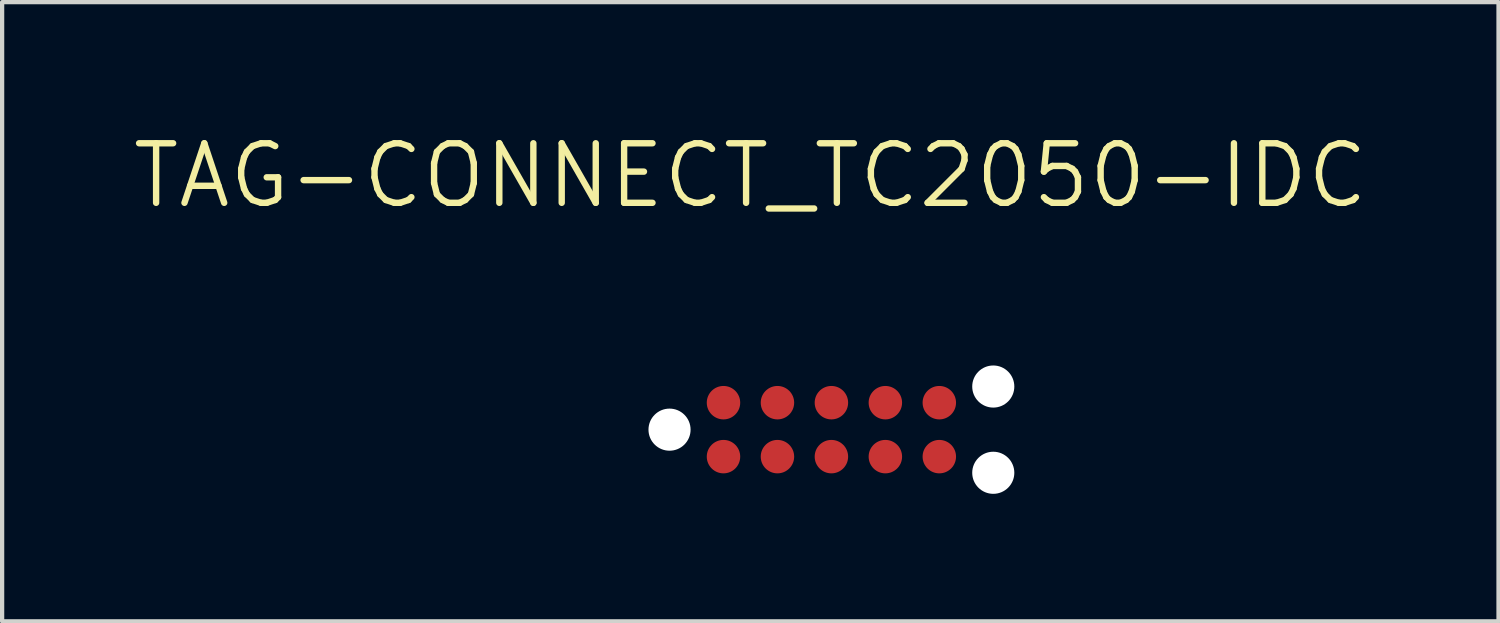
<source format=kicad_pcb>
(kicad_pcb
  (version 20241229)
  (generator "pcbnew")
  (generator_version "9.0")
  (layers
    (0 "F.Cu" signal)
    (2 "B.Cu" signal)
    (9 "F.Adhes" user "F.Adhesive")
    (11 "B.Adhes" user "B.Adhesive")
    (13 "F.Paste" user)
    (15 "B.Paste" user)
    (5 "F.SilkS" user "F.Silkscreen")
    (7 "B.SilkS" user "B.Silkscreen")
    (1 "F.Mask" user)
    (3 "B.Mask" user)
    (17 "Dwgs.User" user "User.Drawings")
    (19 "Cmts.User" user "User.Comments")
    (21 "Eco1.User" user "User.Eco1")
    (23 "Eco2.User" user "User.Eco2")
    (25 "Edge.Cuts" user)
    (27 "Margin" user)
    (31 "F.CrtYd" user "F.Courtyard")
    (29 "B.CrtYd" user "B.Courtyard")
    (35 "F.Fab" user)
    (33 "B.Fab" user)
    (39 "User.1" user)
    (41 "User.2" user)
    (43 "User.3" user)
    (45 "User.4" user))
  (footprint "TAG-CONNECT_TC2050-IDC"
    (layer "F.Cu")
    (at 16.519 7.063)
    (property "Reference" "TAG-CONNECT_TC2050-IDC" (at -1.908 -5.98 0) (layer "F.SilkS") (effects (font (size 1.402 1.402) (thickness 0.15))))
    (attr smd)
    (pad "" np_thru_hole circle (at -3.81 0) (size 0.991 0.991) (drill 0.991) (layers "*.Cu" "*.Mask"))
    (pad "" np_thru_hole circle (at 3.81 -1.015) (size 0.991 0.991) (drill 0.991) (layers "*.Cu" "*.Mask"))
    (pad "" np_thru_hole circle (at 3.81 1.015) (size 0.991 0.991) (drill 0.991) (layers "*.Cu" "*.Mask"))
    (pad "1" smd circle (at -2.54 0.635) (size 0.787 0.787) (layers "F.Cu" "F.Mask"))
    (pad "2" smd circle (at -1.27 0.635) (size 0.787 0.787) (layers "F.Cu" "F.Mask"))
    (pad "3" smd circle (at 0 0.635) (size 0.787 0.787) (layers "F.Cu" "F.Mask"))
    (pad "4" smd circle (at 1.27 0.635) (size 0.787 0.787) (layers "F.Cu" "F.Mask"))
    (pad "5" smd circle (at 2.54 0.635) (size 0.787 0.787) (layers "F.Cu" "F.Mask"))
    (pad "6" smd circle (at 2.54 -0.635 180) (size 0.787 0.787) (layers "F.Cu" "F.Mask"))
    (pad "7" smd circle (at 1.27 -0.635 180) (size 0.787 0.787) (layers "F.Cu" "F.Mask"))
    (pad "8" smd circle (at 0 -0.635 180) (size 0.787 0.787) (layers "F.Cu" "F.Mask"))
    (pad "9" smd circle (at -1.27 -0.635 180) (size 0.787 0.787) (layers "F.Cu" "F.Mask"))
    (pad "10" smd circle (at -2.54 -0.635 180) (size 0.787 0.787) (layers "F.Cu" "F.Mask"))
    (zone (net_name "") (layer "F.Cu") (hatch full 0.508) (connect_pads) (min_thickness 0.0001) (filled_areas_thickness no) (keepout (tracks not_allowed) (vias not_allowed) (pads not_allowed) (copperpour not_allowed) (footprints allowed)) (placement (enabled no)) (fill) (polygon (pts (xy 13.979 7.063) (xy 13.979 7.305) (xy 19.059 7.305) (xy 19.059 6.822) (xy 13.979 6.822))))
    (zone (net_name "") (layer "F.Cu") (hatch full 0.508) (connect_pads) (min_thickness 0.0001) (filled_areas_thickness no) (keepout (tracks not_allowed) (vias not_allowed) (pads not_allowed) (copperpour not_allowed) (footprints allowed)) (placement (enabled no)) (fill) (polygon (pts (xy 13.979 7.305) (xy 15.249 7.304) (xy 15.228 7.305) (xy 15.208 7.306) (xy 15.187 7.309) (xy 15.167 7.313) (xy 15.147 7.318) (xy 15.127 7.324) (xy 15.108 7.33) (xy 15.089 7.338) (xy 15.07 7.347) (xy 15.052 7.357) (xy 15.035 7.368) (xy 15.018 7.379) (xy 15.001 7.392) (xy 14.986 7.405) (xy 14.971 7.42) (xy 14.956 7.435) (xy 14.943 7.45) (xy 14.93 7.467) (xy 14.919 7.484) (xy 14.908 7.501) (xy 14.898 7.519) (xy 14.889 7.538) (xy 14.881 7.557) (xy 14.875 7.576) (xy 14.869 7.596) (xy 14.864 7.616) (xy 14.86 7.636) (xy 14.857 7.657) (xy 14.856 7.677) (xy 14.855 7.698) (xy 14.373 7.698) (xy 14.372 7.677) (xy 14.371 7.657) (xy 14.368 7.636) (xy 14.364 7.616) (xy 14.359 7.596) (xy 14.353 7.576) (xy 14.347 7.557) (xy 14.339 7.538) (xy 14.33 7.519) (xy 14.32 7.501) (xy 14.309 7.484) (xy 14.298 7.467) (xy 14.285 7.45) (xy 14.272 7.435) (xy 14.257 7.42) (xy 14.242 7.405) (xy 14.227 7.392) (xy 14.21 7.379) (xy 14.193 7.368) (xy 14.176 7.357) (xy 14.158 7.347) (xy 14.139 7.338) (xy 14.12 7.33) (xy 14.101 7.324) (xy 14.081 7.318) (xy 14.061 7.313) (xy 14.041 7.309) (xy 14.02 7.306) (xy 14 7.305) (xy 13.979 7.304))))
    (zone (net_name "") (layer "F.Cu") (hatch full 0.508) (connect_pads) (min_thickness 0.0001) (filled_areas_thickness no) (keepout (tracks not_allowed) (vias not_allowed) (pads not_allowed) (copperpour not_allowed) (footprints allowed)) (placement (enabled no)) (fill) (polygon (pts (xy 15.249 6.822) (xy 13.979 6.822) (xy 14 6.821) (xy 14.02 6.82) (xy 14.041 6.817) (xy 14.061 6.813) (xy 14.081 6.808) (xy 14.101 6.802) (xy 14.12 6.796) (xy 14.139 6.788) (xy 14.158 6.779) (xy 14.176 6.769) (xy 14.193 6.758) (xy 14.21 6.747) (xy 14.227 6.734) (xy 14.242 6.721) (xy 14.257 6.706) (xy 14.272 6.691) (xy 14.285 6.676) (xy 14.298 6.659) (xy 14.309 6.642) (xy 14.32 6.625) (xy 14.33 6.607) (xy 14.339 6.588) (xy 14.347 6.569) (xy 14.353 6.55) (xy 14.359 6.53) (xy 14.364 6.51) (xy 14.368 6.49) (xy 14.371 6.469) (xy 14.372 6.449) (xy 14.373 6.428) (xy 14.855 6.428) (xy 14.856 6.449) (xy 14.857 6.469) (xy 14.86 6.49) (xy 14.864 6.51) (xy 14.869 6.53) (xy 14.875 6.55) (xy 14.881 6.569) (xy 14.889 6.588) (xy 14.898 6.607) (xy 14.908 6.625) (xy 14.919 6.642) (xy 14.93 6.659) (xy 14.943 6.676) (xy 14.956 6.691) (xy 14.971 6.706) (xy 14.986 6.721) (xy 15.001 6.734) (xy 15.018 6.747) (xy 15.035 6.758) (xy 15.052 6.769) (xy 15.07 6.779) (xy 15.089 6.788) (xy 15.108 6.796) (xy 15.127 6.802) (xy 15.147 6.808) (xy 15.167 6.813) (xy 15.187 6.817) (xy 15.208 6.82) (xy 15.228 6.821) (xy 15.249 6.822))))
    (zone (net_name "") (layer "F.Cu") (hatch full 0.508) (connect_pads) (min_thickness 0.0001) (filled_areas_thickness no) (keepout (tracks not_allowed) (vias not_allowed) (pads not_allowed) (copperpour not_allowed) (footprints allowed)) (placement (enabled no)) (fill) (polygon (pts (xy 15.249 7.305) (xy 16.519 7.304) (xy 16.498 7.305) (xy 16.478 7.306) (xy 16.457 7.309) (xy 16.437 7.313) (xy 16.417 7.318) (xy 16.397 7.324) (xy 16.378 7.33) (xy 16.359 7.338) (xy 16.34 7.347) (xy 16.322 7.357) (xy 16.305 7.368) (xy 16.288 7.379) (xy 16.271 7.392) (xy 16.256 7.405) (xy 16.241 7.42) (xy 16.226 7.435) (xy 16.213 7.45) (xy 16.2 7.467) (xy 16.189 7.484) (xy 16.178 7.501) (xy 16.168 7.519) (xy 16.159 7.538) (xy 16.151 7.557) (xy 16.145 7.576) (xy 16.139 7.596) (xy 16.134 7.616) (xy 16.13 7.636) (xy 16.127 7.657) (xy 16.126 7.677) (xy 16.125 7.698) (xy 15.643 7.698) (xy 15.642 7.677) (xy 15.641 7.657) (xy 15.638 7.636) (xy 15.634 7.616) (xy 15.629 7.596) (xy 15.623 7.576) (xy 15.617 7.557) (xy 15.609 7.538) (xy 15.6 7.519) (xy 15.59 7.501) (xy 15.579 7.484) (xy 15.568 7.467) (xy 15.555 7.45) (xy 15.542 7.435) (xy 15.527 7.42) (xy 15.512 7.405) (xy 15.497 7.392) (xy 15.48 7.379) (xy 15.463 7.368) (xy 15.446 7.357) (xy 15.428 7.347) (xy 15.409 7.338) (xy 15.39 7.33) (xy 15.371 7.324) (xy 15.351 7.318) (xy 15.331 7.313) (xy 15.311 7.309) (xy 15.29 7.306) (xy 15.27 7.305) (xy 15.249 7.304))))
    (zone (net_name "") (layer "F.Cu") (hatch full 0.508) (connect_pads) (min_thickness 0.0001) (filled_areas_thickness no) (keepout (tracks not_allowed) (vias not_allowed) (pads not_allowed) (copperpour not_allowed) (footprints allowed)) (placement (enabled no)) (fill) (polygon (pts (xy 16.519 6.822) (xy 15.249 6.822) (xy 15.27 6.821) (xy 15.29 6.82) (xy 15.311 6.817) (xy 15.331 6.813) (xy 15.351 6.808) (xy 15.371 6.802) (xy 15.39 6.796) (xy 15.409 6.788) (xy 15.428 6.779) (xy 15.446 6.769) (xy 15.463 6.758) (xy 15.48 6.747) (xy 15.497 6.734) (xy 15.512 6.721) (xy 15.527 6.706) (xy 15.542 6.691) (xy 15.555 6.676) (xy 15.568 6.659) (xy 15.579 6.642) (xy 15.59 6.625) (xy 15.6 6.607) (xy 15.609 6.588) (xy 15.617 6.569) (xy 15.623 6.55) (xy 15.629 6.53) (xy 15.634 6.51) (xy 15.638 6.49) (xy 15.641 6.469) (xy 15.642 6.449) (xy 15.643 6.428) (xy 16.125 6.428) (xy 16.126 6.449) (xy 16.127 6.469) (xy 16.13 6.49) (xy 16.134 6.51) (xy 16.139 6.53) (xy 16.145 6.55) (xy 16.151 6.569) (xy 16.159 6.588) (xy 16.168 6.607) (xy 16.178 6.625) (xy 16.189 6.642) (xy 16.2 6.659) (xy 16.213 6.676) (xy 16.226 6.691) (xy 16.241 6.706) (xy 16.256 6.721) (xy 16.271 6.734) (xy 16.288 6.747) (xy 16.305 6.758) (xy 16.322 6.769) (xy 16.34 6.779) (xy 16.359 6.788) (xy 16.378 6.796) (xy 16.397 6.802) (xy 16.417 6.808) (xy 16.437 6.813) (xy 16.457 6.817) (xy 16.478 6.82) (xy 16.498 6.821) (xy 16.519 6.822))))
    (zone (net_name "") (layer "F.Cu") (hatch full 0.508) (connect_pads) (min_thickness 0.0001) (filled_areas_thickness no) (keepout (tracks not_allowed) (vias not_allowed) (pads not_allowed) (copperpour not_allowed) (footprints allowed)) (placement (enabled no)) (fill) (polygon (pts (xy 16.519 7.305) (xy 17.789 7.304) (xy 17.768 7.305) (xy 17.748 7.306) (xy 17.727 7.309) (xy 17.707 7.313) (xy 17.687 7.318) (xy 17.667 7.324) (xy 17.648 7.33) (xy 17.629 7.338) (xy 17.61 7.347) (xy 17.592 7.357) (xy 17.575 7.368) (xy 17.558 7.379) (xy 17.541 7.392) (xy 17.526 7.405) (xy 17.511 7.42) (xy 17.496 7.435) (xy 17.483 7.45) (xy 17.47 7.467) (xy 17.459 7.484) (xy 17.448 7.501) (xy 17.438 7.519) (xy 17.429 7.538) (xy 17.421 7.557) (xy 17.415 7.576) (xy 17.409 7.596) (xy 17.404 7.616) (xy 17.4 7.636) (xy 17.397 7.657) (xy 17.396 7.677) (xy 17.395 7.698) (xy 16.913 7.698) (xy 16.912 7.677) (xy 16.911 7.657) (xy 16.908 7.636) (xy 16.904 7.616) (xy 16.899 7.596) (xy 16.893 7.576) (xy 16.887 7.557) (xy 16.879 7.538) (xy 16.87 7.519) (xy 16.86 7.501) (xy 16.849 7.484) (xy 16.838 7.467) (xy 16.825 7.45) (xy 16.812 7.435) (xy 16.797 7.42) (xy 16.782 7.405) (xy 16.767 7.392) (xy 16.75 7.379) (xy 16.733 7.368) (xy 16.716 7.357) (xy 16.698 7.347) (xy 16.679 7.338) (xy 16.66 7.33) (xy 16.641 7.324) (xy 16.621 7.318) (xy 16.601 7.313) (xy 16.581 7.309) (xy 16.56 7.306) (xy 16.54 7.305) (xy 16.519 7.304))))
    (zone (net_name "") (layer "F.Cu") (hatch full 0.508) (connect_pads) (min_thickness 0.0001) (filled_areas_thickness no) (keepout (tracks not_allowed) (vias not_allowed) (pads not_allowed) (copperpour not_allowed) (footprints allowed)) (placement (enabled no)) (fill) (polygon (pts (xy 17.789 6.822) (xy 16.519 6.822) (xy 16.54 6.821) (xy 16.56 6.82) (xy 16.581 6.817) (xy 16.601 6.813) (xy 16.621 6.808) (xy 16.641 6.802) (xy 16.66 6.796) (xy 16.679 6.788) (xy 16.698 6.779) (xy 16.716 6.769) (xy 16.733 6.758) (xy 16.75 6.747) (xy 16.767 6.734) (xy 16.782 6.721) (xy 16.797 6.706) (xy 16.812 6.691) (xy 16.825 6.676) (xy 16.838 6.659) (xy 16.849 6.642) (xy 16.86 6.625) (xy 16.87 6.607) (xy 16.879 6.588) (xy 16.887 6.569) (xy 16.893 6.55) (xy 16.899 6.53) (xy 16.904 6.51) (xy 16.908 6.49) (xy 16.911 6.469) (xy 16.912 6.449) (xy 16.913 6.428) (xy 17.395 6.428) (xy 17.396 6.449) (xy 17.397 6.469) (xy 17.4 6.49) (xy 17.404 6.51) (xy 17.409 6.53) (xy 17.415 6.55) (xy 17.421 6.569) (xy 17.429 6.588) (xy 17.438 6.607) (xy 17.448 6.625) (xy 17.459 6.642) (xy 17.47 6.659) (xy 17.483 6.676) (xy 17.496 6.691) (xy 17.511 6.706) (xy 17.526 6.721) (xy 17.541 6.734) (xy 17.558 6.747) (xy 17.575 6.758) (xy 17.592 6.769) (xy 17.61 6.779) (xy 17.629 6.788) (xy 17.648 6.796) (xy 17.667 6.802) (xy 17.687 6.808) (xy 17.707 6.813) (xy 17.727 6.817) (xy 17.748 6.82) (xy 17.768 6.821) (xy 17.789 6.822))))
    (zone (net_name "") (layer "F.Cu") (hatch full 0.508) (connect_pads) (min_thickness 0.0001) (filled_areas_thickness no) (keepout (tracks not_allowed) (vias not_allowed) (pads not_allowed) (copperpour not_allowed) (footprints allowed)) (placement (enabled no)) (fill) (polygon (pts (xy 17.789 7.305) (xy 19.059 7.304) (xy 19.038 7.305) (xy 19.018 7.306) (xy 18.997 7.309) (xy 18.977 7.313) (xy 18.957 7.318) (xy 18.937 7.324) (xy 18.918 7.33) (xy 18.899 7.338) (xy 18.88 7.347) (xy 18.862 7.357) (xy 18.845 7.368) (xy 18.828 7.379) (xy 18.811 7.392) (xy 18.796 7.405) (xy 18.781 7.42) (xy 18.766 7.435) (xy 18.753 7.45) (xy 18.74 7.467) (xy 18.729 7.484) (xy 18.718 7.501) (xy 18.708 7.519) (xy 18.699 7.538) (xy 18.691 7.557) (xy 18.685 7.576) (xy 18.679 7.596) (xy 18.674 7.616) (xy 18.67 7.636) (xy 18.667 7.657) (xy 18.666 7.677) (xy 18.665 7.698) (xy 18.183 7.698) (xy 18.182 7.677) (xy 18.181 7.657) (xy 18.178 7.636) (xy 18.174 7.616) (xy 18.169 7.596) (xy 18.163 7.576) (xy 18.157 7.557) (xy 18.149 7.538) (xy 18.14 7.519) (xy 18.13 7.501) (xy 18.119 7.484) (xy 18.108 7.467) (xy 18.095 7.45) (xy 18.082 7.435) (xy 18.067 7.42) (xy 18.052 7.405) (xy 18.037 7.392) (xy 18.02 7.379) (xy 18.003 7.368) (xy 17.986 7.357) (xy 17.968 7.347) (xy 17.949 7.338) (xy 17.93 7.33) (xy 17.911 7.324) (xy 17.891 7.318) (xy 17.871 7.313) (xy 17.851 7.309) (xy 17.83 7.306) (xy 17.81 7.305) (xy 17.789 7.304))))
    (zone (net_name "") (layer "F.Cu") (hatch full 0.508) (connect_pads) (min_thickness 0.0001) (filled_areas_thickness no) (keepout (tracks not_allowed) (vias not_allowed) (pads not_allowed) (copperpour not_allowed) (footprints allowed)) (placement (enabled no)) (fill) (polygon (pts (xy 19.059 6.822) (xy 17.789 6.822) (xy 17.81 6.821) (xy 17.83 6.82) (xy 17.851 6.817) (xy 17.871 6.813) (xy 17.891 6.808) (xy 17.911 6.802) (xy 17.93 6.796) (xy 17.949 6.788) (xy 17.968 6.779) (xy 17.986 6.769) (xy 18.003 6.758) (xy 18.02 6.747) (xy 18.037 6.734) (xy 18.052 6.721) (xy 18.067 6.706) (xy 18.082 6.691) (xy 18.095 6.676) (xy 18.108 6.659) (xy 18.119 6.642) (xy 18.13 6.625) (xy 18.14 6.607) (xy 18.149 6.588) (xy 18.157 6.569) (xy 18.163 6.55) (xy 18.169 6.53) (xy 18.174 6.51) (xy 18.178 6.49) (xy 18.181 6.469) (xy 18.182 6.449) (xy 18.183 6.428) (xy 18.665 6.428) (xy 18.666 6.449) (xy 18.667 6.469) (xy 18.67 6.49) (xy 18.674 6.51) (xy 18.679 6.53) (xy 18.685 6.55) (xy 18.691 6.569) (xy 18.699 6.588) (xy 18.708 6.607) (xy 18.718 6.625) (xy 18.729 6.642) (xy 18.74 6.659) (xy 18.753 6.676) (xy 18.766 6.691) (xy 18.781 6.706) (xy 18.796 6.721) (xy 18.811 6.734) (xy 18.828 6.747) (xy 18.845 6.758) (xy 18.862 6.769) (xy 18.88 6.779) (xy 18.899 6.788) (xy 18.918 6.796) (xy 18.937 6.802) (xy 18.957 6.808) (xy 18.977 6.813) (xy 18.997 6.817) (xy 19.018 6.82) (xy 19.038 6.821) (xy 19.059 6.822))))
    (zone (net_name "") (layers "F.Cu" "B.Cu") (hatch full 0.508) (connect_pads) (min_thickness 0.0001) (filled_areas_thickness no) (keepout (tracks allowed) (vias not_allowed) (pads allowed) (copperpour allowed) (footprints allowed)) (placement (enabled no)) (fill) (polygon (pts (xy 13.979 6.822) (xy 13.979 7.305) (xy 19.059 7.305) (xy 19.059 6.822))))
    (zone (net_name "") (layers "F.Cu" "B.Cu") (hatch full 0.508) (connect_pads) (min_thickness 0.0001) (filled_areas_thickness no) (keepout (tracks allowed) (vias not_allowed) (pads allowed) (copperpour allowed) (footprints allowed)) (placement (enabled no)) (fill) (polygon (pts (xy 13.979 7.305) (xy 15.249 7.304) (xy 15.228 7.305) (xy 15.208 7.306) (xy 15.187 7.309) (xy 15.167 7.313) (xy 15.147 7.318) (xy 15.127 7.324) (xy 15.108 7.33) (xy 15.089 7.338) (xy 15.07 7.347) (xy 15.052 7.357) (xy 15.035 7.368) (xy 15.018 7.379) (xy 15.001 7.392) (xy 14.986 7.405) (xy 14.971 7.42) (xy 14.956 7.435) (xy 14.943 7.45) (xy 14.93 7.467) (xy 14.919 7.484) (xy 14.908 7.501) (xy 14.898 7.519) (xy 14.889 7.538) (xy 14.881 7.557) (xy 14.875 7.576) (xy 14.869 7.596) (xy 14.864 7.616) (xy 14.86 7.636) (xy 14.857 7.657) (xy 14.856 7.677) (xy 14.855 7.698) (xy 14.373 7.698) (xy 14.372 7.677) (xy 14.371 7.657) (xy 14.368 7.636) (xy 14.364 7.616) (xy 14.359 7.596) (xy 14.353 7.576) (xy 14.347 7.557) (xy 14.339 7.538) (xy 14.33 7.519) (xy 14.32 7.501) (xy 14.309 7.484) (xy 14.298 7.467) (xy 14.285 7.45) (xy 14.272 7.435) (xy 14.257 7.42) (xy 14.242 7.405) (xy 14.227 7.392) (xy 14.21 7.379) (xy 14.193 7.368) (xy 14.176 7.357) (xy 14.158 7.347) (xy 14.139 7.338) (xy 14.12 7.33) (xy 14.101 7.324) (xy 14.081 7.318) (xy 14.061 7.313) (xy 14.041 7.309) (xy 14.02 7.306) (xy 14 7.305) (xy 13.979 7.304))))
    (zone (net_name "") (layers "F.Cu" "B.Cu") (hatch full 0.508) (connect_pads) (min_thickness 0.0001) (filled_areas_thickness no) (keepout (tracks allowed) (vias not_allowed) (pads allowed) (copperpour allowed) (footprints allowed)) (placement (enabled no)) (fill) (polygon (pts (xy 15.249 6.822) (xy 13.979 6.822) (xy 14 6.821) (xy 14.02 6.82) (xy 14.041 6.817) (xy 14.061 6.813) (xy 14.081 6.808) (xy 14.101 6.802) (xy 14.12 6.796) (xy 14.139 6.788) (xy 14.158 6.779) (xy 14.176 6.769) (xy 14.193 6.758) (xy 14.21 6.747) (xy 14.227 6.734) (xy 14.242 6.721) (xy 14.257 6.706) (xy 14.272 6.691) (xy 14.285 6.676) (xy 14.298 6.659) (xy 14.309 6.642) (xy 14.32 6.625) (xy 14.33 6.607) (xy 14.339 6.588) (xy 14.347 6.569) (xy 14.353 6.55) (xy 14.359 6.53) (xy 14.364 6.51) (xy 14.368 6.49) (xy 14.371 6.469) (xy 14.372 6.449) (xy 14.373 6.428) (xy 14.855 6.428) (xy 14.856 6.449) (xy 14.857 6.469) (xy 14.86 6.49) (xy 14.864 6.51) (xy 14.869 6.53) (xy 14.875 6.55) (xy 14.881 6.569) (xy 14.889 6.588) (xy 14.898 6.607) (xy 14.908 6.625) (xy 14.919 6.642) (xy 14.93 6.659) (xy 14.943 6.676) (xy 14.956 6.691) (xy 14.971 6.706) (xy 14.986 6.721) (xy 15.001 6.734) (xy 15.018 6.747) (xy 15.035 6.758) (xy 15.052 6.769) (xy 15.07 6.779) (xy 15.089 6.788) (xy 15.108 6.796) (xy 15.127 6.802) (xy 15.147 6.808) (xy 15.167 6.813) (xy 15.187 6.817) (xy 15.208 6.82) (xy 15.228 6.821) (xy 15.249 6.822))))
    (zone (net_name "") (layers "F.Cu" "B.Cu") (hatch full 0.508) (connect_pads) (min_thickness 0.0001) (filled_areas_thickness no) (keepout (tracks allowed) (vias not_allowed) (pads allowed) (copperpour allowed) (footprints allowed)) (placement (enabled no)) (fill) (polygon (pts (xy 15.249 7.305) (xy 16.519 7.304) (xy 16.498 7.305) (xy 16.478 7.306) (xy 16.457 7.309) (xy 16.437 7.313) (xy 16.417 7.318) (xy 16.397 7.324) (xy 16.378 7.33) (xy 16.359 7.338) (xy 16.34 7.347) (xy 16.322 7.357) (xy 16.305 7.368) (xy 16.288 7.379) (xy 16.271 7.392) (xy 16.256 7.405) (xy 16.241 7.42) (xy 16.226 7.435) (xy 16.213 7.45) (xy 16.2 7.467) (xy 16.189 7.484) (xy 16.178 7.501) (xy 16.168 7.519) (xy 16.159 7.538) (xy 16.151 7.557) (xy 16.145 7.576) (xy 16.139 7.596) (xy 16.134 7.616) (xy 16.13 7.636) (xy 16.127 7.657) (xy 16.126 7.677) (xy 16.125 7.698) (xy 15.643 7.698) (xy 15.642 7.677) (xy 15.641 7.657) (xy 15.638 7.636) (xy 15.634 7.616) (xy 15.629 7.596) (xy 15.623 7.576) (xy 15.617 7.557) (xy 15.609 7.538) (xy 15.6 7.519) (xy 15.59 7.501) (xy 15.579 7.484) (xy 15.568 7.467) (xy 15.555 7.45) (xy 15.542 7.435) (xy 15.527 7.42) (xy 15.512 7.405) (xy 15.497 7.392) (xy 15.48 7.379) (xy 15.463 7.368) (xy 15.446 7.357) (xy 15.428 7.347) (xy 15.409 7.338) (xy 15.39 7.33) (xy 15.371 7.324) (xy 15.351 7.318) (xy 15.331 7.313) (xy 15.311 7.309) (xy 15.29 7.306) (xy 15.27 7.305) (xy 15.249 7.304))))
    (zone (net_name "") (layers "F.Cu" "B.Cu") (hatch full 0.508) (connect_pads) (min_thickness 0.0001) (filled_areas_thickness no) (keepout (tracks allowed) (vias not_allowed) (pads allowed) (copperpour allowed) (footprints allowed)) (placement (enabled no)) (fill) (polygon (pts (xy 16.519 6.822) (xy 15.249 6.822) (xy 15.27 6.821) (xy 15.29 6.82) (xy 15.311 6.817) (xy 15.331 6.813) (xy 15.351 6.808) (xy 15.371 6.802) (xy 15.39 6.796) (xy 15.409 6.788) (xy 15.428 6.779) (xy 15.446 6.769) (xy 15.463 6.758) (xy 15.48 6.747) (xy 15.497 6.734) (xy 15.512 6.721) (xy 15.527 6.706) (xy 15.542 6.691) (xy 15.555 6.676) (xy 15.568 6.659) (xy 15.579 6.642) (xy 15.59 6.625) (xy 15.6 6.607) (xy 15.609 6.588) (xy 15.617 6.569) (xy 15.623 6.55) (xy 15.629 6.53) (xy 15.634 6.51) (xy 15.638 6.49) (xy 15.641 6.469) (xy 15.642 6.449) (xy 15.643 6.428) (xy 16.125 6.428) (xy 16.126 6.449) (xy 16.127 6.469) (xy 16.13 6.49) (xy 16.134 6.51) (xy 16.139 6.53) (xy 16.145 6.55) (xy 16.151 6.569) (xy 16.159 6.588) (xy 16.168 6.607) (xy 16.178 6.625) (xy 16.189 6.642) (xy 16.2 6.659) (xy 16.213 6.676) (xy 16.226 6.691) (xy 16.241 6.706) (xy 16.256 6.721) (xy 16.271 6.734) (xy 16.288 6.747) (xy 16.305 6.758) (xy 16.322 6.769) (xy 16.34 6.779) (xy 16.359 6.788) (xy 16.378 6.796) (xy 16.397 6.802) (xy 16.417 6.808) (xy 16.437 6.813) (xy 16.457 6.817) (xy 16.478 6.82) (xy 16.498 6.821) (xy 16.519 6.822))))
    (zone (net_name "") (layers "F.Cu" "B.Cu") (hatch full 0.508) (connect_pads) (min_thickness 0.0001) (filled_areas_thickness no) (keepout (tracks allowed) (vias not_allowed) (pads allowed) (copperpour allowed) (footprints allowed)) (placement (enabled no)) (fill) (polygon (pts (xy 16.519 7.305) (xy 17.789 7.304) (xy 17.768 7.305) (xy 17.748 7.306) (xy 17.727 7.309) (xy 17.707 7.313) (xy 17.687 7.318) (xy 17.667 7.324) (xy 17.648 7.33) (xy 17.629 7.338) (xy 17.61 7.347) (xy 17.592 7.357) (xy 17.575 7.368) (xy 17.558 7.379) (xy 17.541 7.392) (xy 17.526 7.405) (xy 17.511 7.42) (xy 17.496 7.435) (xy 17.483 7.45) (xy 17.47 7.467) (xy 17.459 7.484) (xy 17.448 7.501) (xy 17.438 7.519) (xy 17.429 7.538) (xy 17.421 7.557) (xy 17.415 7.576) (xy 17.409 7.596) (xy 17.404 7.616) (xy 17.4 7.636) (xy 17.397 7.657) (xy 17.396 7.677) (xy 17.395 7.698) (xy 16.913 7.698) (xy 16.912 7.677) (xy 16.911 7.657) (xy 16.908 7.636) (xy 16.904 7.616) (xy 16.899 7.596) (xy 16.893 7.576) (xy 16.887 7.557) (xy 16.879 7.538) (xy 16.87 7.519) (xy 16.86 7.501) (xy 16.849 7.484) (xy 16.838 7.467) (xy 16.825 7.45) (xy 16.812 7.435) (xy 16.797 7.42) (xy 16.782 7.405) (xy 16.767 7.392) (xy 16.75 7.379) (xy 16.733 7.368) (xy 16.716 7.357) (xy 16.698 7.347) (xy 16.679 7.338) (xy 16.66 7.33) (xy 16.641 7.324) (xy 16.621 7.318) (xy 16.601 7.313) (xy 16.581 7.309) (xy 16.56 7.306) (xy 16.54 7.305) (xy 16.519 7.304))))
    (zone (net_name "") (layers "F.Cu" "B.Cu") (hatch full 0.508) (connect_pads) (min_thickness 0.0001) (filled_areas_thickness no) (keepout (tracks allowed) (vias not_allowed) (pads allowed) (copperpour allowed) (footprints allowed)) (placement (enabled no)) (fill) (polygon (pts (xy 17.789 6.822) (xy 16.519 6.822) (xy 16.54 6.821) (xy 16.56 6.82) (xy 16.581 6.817) (xy 16.601 6.813) (xy 16.621 6.808) (xy 16.641 6.802) (xy 16.66 6.796) (xy 16.679 6.788) (xy 16.698 6.779) (xy 16.716 6.769) (xy 16.733 6.758) (xy 16.75 6.747) (xy 16.767 6.734) (xy 16.782 6.721) (xy 16.797 6.706) (xy 16.812 6.691) (xy 16.825 6.676) (xy 16.838 6.659) (xy 16.849 6.642) (xy 16.86 6.625) (xy 16.87 6.607) (xy 16.879 6.588) (xy 16.887 6.569) (xy 16.893 6.55) (xy 16.899 6.53) (xy 16.904 6.51) (xy 16.908 6.49) (xy 16.911 6.469) (xy 16.912 6.449) (xy 16.913 6.428) (xy 17.395 6.428) (xy 17.396 6.449) (xy 17.397 6.469) (xy 17.4 6.49) (xy 17.404 6.51) (xy 17.409 6.53) (xy 17.415 6.55) (xy 17.421 6.569) (xy 17.429 6.588) (xy 17.438 6.607) (xy 17.448 6.625) (xy 17.459 6.642) (xy 17.47 6.659) (xy 17.483 6.676) (xy 17.496 6.691) (xy 17.511 6.706) (xy 17.526 6.721) (xy 17.541 6.734) (xy 17.558 6.747) (xy 17.575 6.758) (xy 17.592 6.769) (xy 17.61 6.779) (xy 17.629 6.788) (xy 17.648 6.796) (xy 17.667 6.802) (xy 17.687 6.808) (xy 17.707 6.813) (xy 17.727 6.817) (xy 17.748 6.82) (xy 17.768 6.821) (xy 17.789 6.822))))
    (zone (net_name "") (layers "F.Cu" "B.Cu") (hatch full 0.508) (connect_pads) (min_thickness 0.0001) (filled_areas_thickness no) (keepout (tracks allowed) (vias not_allowed) (pads allowed) (copperpour allowed) (footprints allowed)) (placement (enabled no)) (fill) (polygon (pts (xy 17.789 7.305) (xy 19.059 7.304) (xy 19.038 7.305) (xy 19.018 7.306) (xy 18.997 7.309) (xy 18.977 7.313) (xy 18.957 7.318) (xy 18.937 7.324) (xy 18.918 7.33) (xy 18.899 7.338) (xy 18.88 7.347) (xy 18.862 7.357) (xy 18.845 7.368) (xy 18.828 7.379) (xy 18.811 7.392) (xy 18.796 7.405) (xy 18.781 7.42) (xy 18.766 7.435) (xy 18.753 7.45) (xy 18.74 7.467) (xy 18.729 7.484) (xy 18.718 7.501) (xy 18.708 7.519) (xy 18.699 7.538) (xy 18.691 7.557) (xy 18.685 7.576) (xy 18.679 7.596) (xy 18.674 7.616) (xy 18.67 7.636) (xy 18.667 7.657) (xy 18.666 7.677) (xy 18.665 7.698) (xy 18.183 7.698) (xy 18.182 7.677) (xy 18.181 7.657) (xy 18.178 7.636) (xy 18.174 7.616) (xy 18.169 7.596) (xy 18.163 7.576) (xy 18.157 7.557) (xy 18.149 7.538) (xy 18.14 7.519) (xy 18.13 7.501) (xy 18.119 7.484) (xy 18.108 7.467) (xy 18.095 7.45) (xy 18.082 7.435) (xy 18.067 7.42) (xy 18.052 7.405) (xy 18.037 7.392) (xy 18.02 7.379) (xy 18.003 7.368) (xy 17.986 7.357) (xy 17.968 7.347) (xy 17.949 7.338) (xy 17.93 7.33) (xy 17.911 7.324) (xy 17.891 7.318) (xy 17.871 7.313) (xy 17.851 7.309) (xy 17.83 7.306) (xy 17.81 7.305) (xy 17.789 7.304))))
    (zone (net_name "") (layers "F.Cu" "B.Cu") (hatch full 0.508) (connect_pads) (min_thickness 0.0001) (filled_areas_thickness no) (keepout (tracks allowed) (vias not_allowed) (pads allowed) (copperpour allowed) (footprints allowed)) (placement (enabled no)) (fill) (polygon (pts (xy 19.059 6.822) (xy 17.789 6.822) (xy 17.81 6.821) (xy 17.83 6.82) (xy 17.851 6.817) (xy 17.871 6.813) (xy 17.891 6.808) (xy 17.911 6.802) (xy 17.93 6.796) (xy 17.949 6.788) (xy 17.968 6.779) (xy 17.986 6.769) (xy 18.003 6.758) (xy 18.02 6.747) (xy 18.037 6.734) (xy 18.052 6.721) (xy 18.067 6.706) (xy 18.082 6.691) (xy 18.095 6.676) (xy 18.108 6.659) (xy 18.119 6.642) (xy 18.13 6.625) (xy 18.14 6.607) (xy 18.149 6.588) (xy 18.157 6.569) (xy 18.163 6.55) (xy 18.169 6.53) (xy 18.174 6.51) (xy 18.178 6.49) (xy 18.181 6.469) (xy 18.182 6.449) (xy 18.183 6.428) (xy 18.665 6.428) (xy 18.666 6.449) (xy 18.667 6.469) (xy 18.67 6.49) (xy 18.674 6.51) (xy 18.679 6.53) (xy 18.685 6.55) (xy 18.691 6.569) (xy 18.699 6.588) (xy 18.708 6.607) (xy 18.718 6.625) (xy 18.729 6.642) (xy 18.74 6.659) (xy 18.753 6.676) (xy 18.766 6.691) (xy 18.781 6.706) (xy 18.796 6.721) (xy 18.811 6.734) (xy 18.828 6.747) (xy 18.845 6.758) (xy 18.862 6.769) (xy 18.88 6.779) (xy 18.899 6.788) (xy 18.918 6.796) (xy 18.937 6.802) (xy 18.957 6.808) (xy 18.977 6.813) (xy 18.997 6.817) (xy 19.018 6.82) (xy 19.038 6.821) (xy 19.059 6.822)))))
  (gr_rect
    (start -3 -3)
    (end 32.221 11.574)
    (stroke (width 0.1) (type default))
    (fill no)
    (layer "Edge.Cuts")))
</source>
